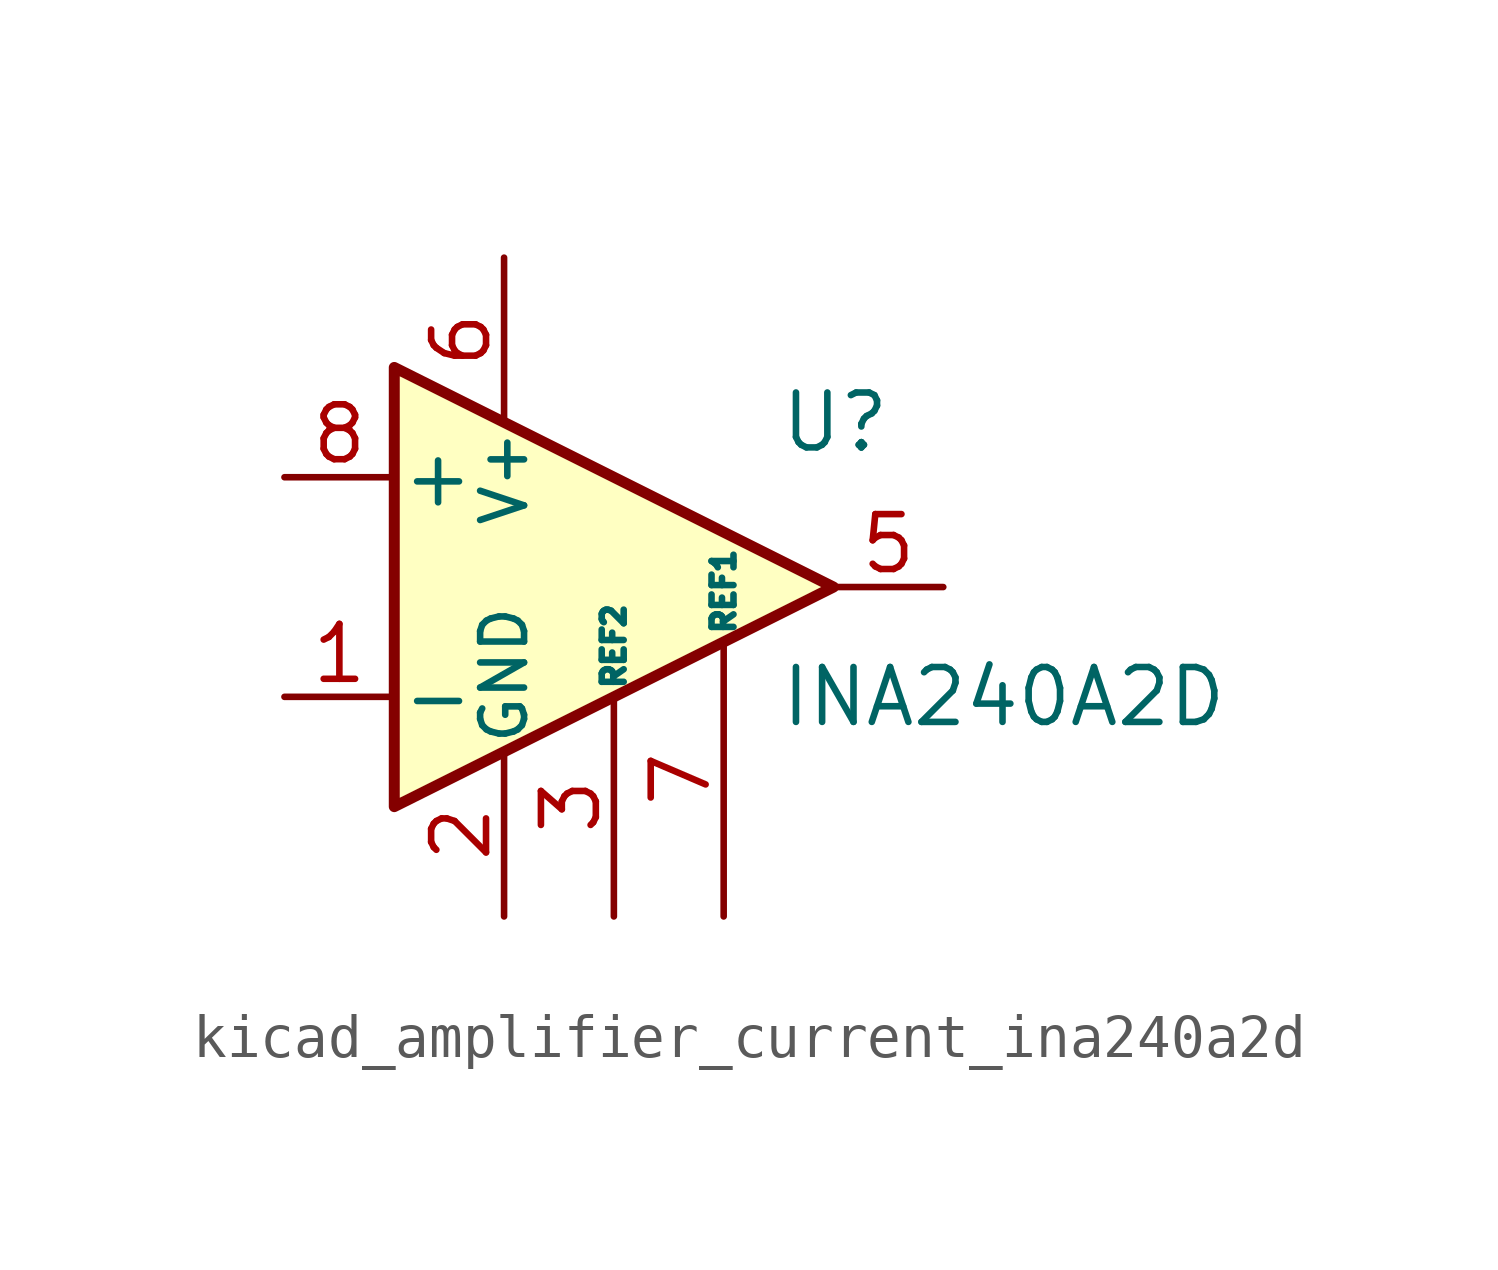
<source format=kicad_sym>
(kicad_symbol_lib
  (version 20220914)
  (generator kicad_symbol_editor)
  (symbol "kicad_amplifier_current_ina240a2d"
    (pin_names
      (offset 0.127))
    (property "Reference" "U"
      (at 3.81 3.81 0)
      (effects (font (size 1.27 1.27)) (justify left)))
    (property "Value" "INA240A2D"
      (at 3.81 -2.54 0)
      (effects (font (size 1.27 1.27)) (justify left)))
    (symbol "kicad_amplifier_current_ina240a2d_0_1"
      (polyline (pts (xy 5.08 0) (xy -5.08 5.08) (xy -5.08 -5.08) (xy 5.08 0)) (stroke (width 0.254) (type default)) (fill (type background))))
    (symbol "kicad_amplifier_current_ina240a2d_1_1"
      (pin input line (at -7.62 -2.54 0) (length 2.54) (name "-" (effects (font (size 1.27 1.27)))) (number "1" (effects (font (size 1.27 1.27)))))
      (pin power_in line (at -2.54 -7.62 90) (length 3.81) (name "GND" (effects (font (size 1.016 1.016)))) (number "2" (effects (font (size 1.27 1.27)))))
      (pin passive line (at 0 -7.62 90) (length 5.08) (name "REF2" (effects (font (size 0.508 0.508)))) (number "3" (effects (font (size 1.27 1.27)))))
      (pin passive line (at -2.54 -7.62 90) (length 3.81) hide (name "GND" (effects (font (size 1.016 1.016)))) (number "4" (effects (font (size 1.27 1.27)))))
      (pin output line (at 7.62 0 180) (length 2.54) (name "~" (effects (font (size 1.27 1.27)))) (number "5" (effects (font (size 1.27 1.27)))))
      (pin power_in line (at -2.54 7.62 270) (length 3.81) (name "V+" (effects (font (size 1.016 1.016)))) (number "6" (effects (font (size 1.27 1.27)))))
      (pin passive line (at 2.54 -7.62 90) (length 6.35) (name "REF1" (effects (font (size 0.508 0.508)))) (number "7" (effects (font (size 1.27 1.27)))))
      (pin input line (at -7.62 2.54 0) (length 2.54) (name "+" (effects (font (size 1.27 1.27)))) (number "8" (effects (font (size 1.27 1.27))))))))
</source>
